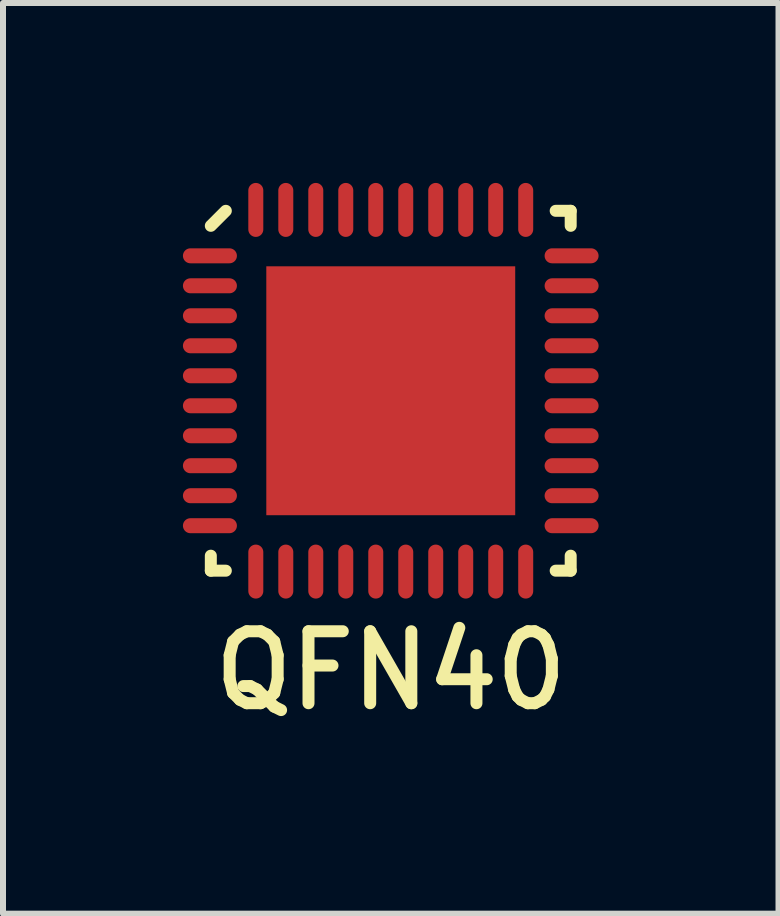
<source format=kicad_pcb>
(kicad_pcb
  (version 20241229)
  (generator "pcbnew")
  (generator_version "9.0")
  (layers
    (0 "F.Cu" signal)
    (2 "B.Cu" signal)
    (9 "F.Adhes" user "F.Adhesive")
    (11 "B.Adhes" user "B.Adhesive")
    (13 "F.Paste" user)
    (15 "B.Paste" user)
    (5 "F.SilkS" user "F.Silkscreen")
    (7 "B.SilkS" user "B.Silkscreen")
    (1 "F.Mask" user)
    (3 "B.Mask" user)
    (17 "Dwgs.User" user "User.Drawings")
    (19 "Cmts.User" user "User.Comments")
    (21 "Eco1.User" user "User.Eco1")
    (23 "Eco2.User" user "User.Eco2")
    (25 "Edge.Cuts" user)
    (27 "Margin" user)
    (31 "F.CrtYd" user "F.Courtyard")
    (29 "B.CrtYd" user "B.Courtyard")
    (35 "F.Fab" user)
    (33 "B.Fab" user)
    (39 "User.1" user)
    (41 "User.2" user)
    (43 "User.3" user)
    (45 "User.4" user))
  (footprint "QFN40"
    (layer "F.Cu")
    (at 3.465 3.465)
    (property "Reference" "QFN40" (at 0 4.665 0) (layer "F.SilkS") (effects (font (size 1.2 1.2) (thickness 0.2))))
    (attr through_hole)
    (fp_line (start -3 -2.75) (end -2.75 -3) (stroke (width 0.2) (type solid)) (layer "F.SilkS"))
    (fp_line (start -3 3) (end -3 2.75) (stroke (width 0.2) (type solid)) (layer "F.SilkS"))
    (fp_line (start -2.75 3) (end -3 3) (stroke (width 0.2) (type solid)) (layer "F.SilkS"))
    (fp_line (start 2.75 -3) (end 3 -3) (stroke (width 0.2) (type solid)) (layer "F.SilkS"))
    (fp_line (start 2.75 3) (end 3 3) (stroke (width 0.2) (type solid)) (layer "F.SilkS"))
    (fp_line (start 3 -3) (end 3 -2.75) (stroke (width 0.2) (type solid)) (layer "F.SilkS"))
    (fp_line (start 3 3) (end 3 2.75) (stroke (width 0.2) (type solid)) (layer "F.SilkS"))
    (pad "1" smd oval (at -3.015 -2.25) (size 0.9 0.25) (layers "F.Cu" "F.Mask" "F.Paste"))
    (pad "2" smd oval (at -3.015 -1.75) (size 0.9 0.25) (layers "F.Cu" "F.Mask" "F.Paste"))
    (pad "3" smd oval (at -3.015 -1.25) (size 0.9 0.25) (layers "F.Cu" "F.Mask" "F.Paste"))
    (pad "4" smd oval (at -3.015 -0.75) (size 0.9 0.25) (layers "F.Cu" "F.Mask" "F.Paste"))
    (pad "5" smd oval (at -3.015 -0.25) (size 0.9 0.25) (layers "F.Cu" "F.Mask" "F.Paste"))
    (pad "6" smd oval (at -3.015 0.25) (size 0.9 0.25) (layers "F.Cu" "F.Mask" "F.Paste"))
    (pad "7" smd oval (at -3.015 0.75) (size 0.9 0.25) (layers "F.Cu" "F.Mask" "F.Paste"))
    (pad "8" smd oval (at -3.015 1.25) (size 0.9 0.25) (layers "F.Cu" "F.Mask" "F.Paste"))
    (pad "9" smd oval (at -3.015 1.75) (size 0.9 0.25) (layers "F.Cu" "F.Mask" "F.Paste"))
    (pad "10" smd oval (at -3.015 2.25) (size 0.9 0.25) (layers "F.Cu" "F.Mask" "F.Paste"))
    (pad "11" smd oval (at -2.25 3.015) (size 0.25 0.9) (layers "F.Cu" "F.Mask" "F.Paste"))
    (pad "12" smd oval (at -1.75 3.015) (size 0.25 0.9) (layers "F.Cu" "F.Mask" "F.Paste"))
    (pad "13" smd oval (at -1.25 3.015) (size 0.25 0.9) (layers "F.Cu" "F.Mask" "F.Paste"))
    (pad "14" smd oval (at -0.75 3.015) (size 0.25 0.9) (layers "F.Cu" "F.Mask" "F.Paste"))
    (pad "15" smd oval (at -0.25 3.015) (size 0.25 0.9) (layers "F.Cu" "F.Mask" "F.Paste"))
    (pad "16" smd oval (at 0.25 3.015) (size 0.25 0.9) (layers "F.Cu" "F.Mask" "F.Paste"))
    (pad "17" smd oval (at 0.75 3.015) (size 0.25 0.9) (layers "F.Cu" "F.Mask" "F.Paste"))
    (pad "18" smd oval (at 1.25 3.015) (size 0.25 0.9) (layers "F.Cu" "F.Mask" "F.Paste"))
    (pad "19" smd oval (at 1.75 3.015) (size 0.25 0.9) (layers "F.Cu" "F.Mask" "F.Paste"))
    (pad "20" smd oval (at 2.25 3.015) (size 0.25 0.9) (layers "F.Cu" "F.Mask" "F.Paste"))
    (pad "21" smd oval (at 3.015 2.25) (size 0.9 0.25) (layers "F.Cu" "F.Mask" "F.Paste"))
    (pad "22" smd oval (at 3.015 1.75) (size 0.9 0.25) (layers "F.Cu" "F.Mask" "F.Paste"))
    (pad "23" smd oval (at 3.015 1.25) (size 0.9 0.25) (layers "F.Cu" "F.Mask" "F.Paste"))
    (pad "24" smd oval (at 3.015 0.75) (size 0.9 0.25) (layers "F.Cu" "F.Mask" "F.Paste"))
    (pad "25" smd oval (at 3.015 0.25) (size 0.9 0.25) (layers "F.Cu" "F.Mask" "F.Paste"))
    (pad "26" smd oval (at 3.015 -0.25) (size 0.9 0.25) (layers "F.Cu" "F.Mask" "F.Paste"))
    (pad "27" smd oval (at 3.015 -0.75) (size 0.9 0.25) (layers "F.Cu" "F.Mask" "F.Paste"))
    (pad "28" smd oval (at 3.015 -1.25) (size 0.9 0.25) (layers "F.Cu" "F.Mask" "F.Paste"))
    (pad "29" smd oval (at 3.015 -1.75) (size 0.9 0.25) (layers "F.Cu" "F.Mask" "F.Paste"))
    (pad "30" smd oval (at 3.015 -2.25) (size 0.9 0.25) (layers "F.Cu" "F.Mask" "F.Paste"))
    (pad "31" smd oval (at 2.25 -3.015) (size 0.25 0.9) (layers "F.Cu" "F.Mask" "F.Paste"))
    (pad "32" smd oval (at 1.75 -3.015) (size 0.25 0.9) (layers "F.Cu" "F.Mask" "F.Paste"))
    (pad "33" smd oval (at 1.25 -3.015) (size 0.25 0.9) (layers "F.Cu" "F.Mask" "F.Paste"))
    (pad "34" smd oval (at 0.75 -3.015) (size 0.25 0.9) (layers "F.Cu" "F.Mask" "F.Paste"))
    (pad "35" smd oval (at 0.25 -3.015) (size 0.25 0.9) (layers "F.Cu" "F.Mask" "F.Paste"))
    (pad "36" smd oval (at -0.25 -3.015) (size 0.25 0.9) (layers "F.Cu" "F.Mask" "F.Paste"))
    (pad "37" smd oval (at -0.75 -3.015) (size 0.25 0.9) (layers "F.Cu" "F.Mask" "F.Paste"))
    (pad "38" smd oval (at -1.25 -3.015) (size 0.25 0.9) (layers "F.Cu" "F.Mask" "F.Paste"))
    (pad "39" smd oval (at -1.75 -3.015) (size 0.25 0.9) (layers "F.Cu" "F.Mask" "F.Paste"))
    (pad "40" smd oval (at -2.25 -3.015) (size 0.25 0.9) (layers "F.Cu" "F.Mask" "F.Paste"))
    (pad "41" smd rect (at 0 0) (size 4.15 4.15) (layers "F.Cu" "F.Mask" "F.Paste")))
  (gr_rect
    (start -3 -3)
    (end 9.93 12.183)
    (stroke (width 0.1) (type default))
    (fill no)
    (layer "Edge.Cuts")))
</source>
